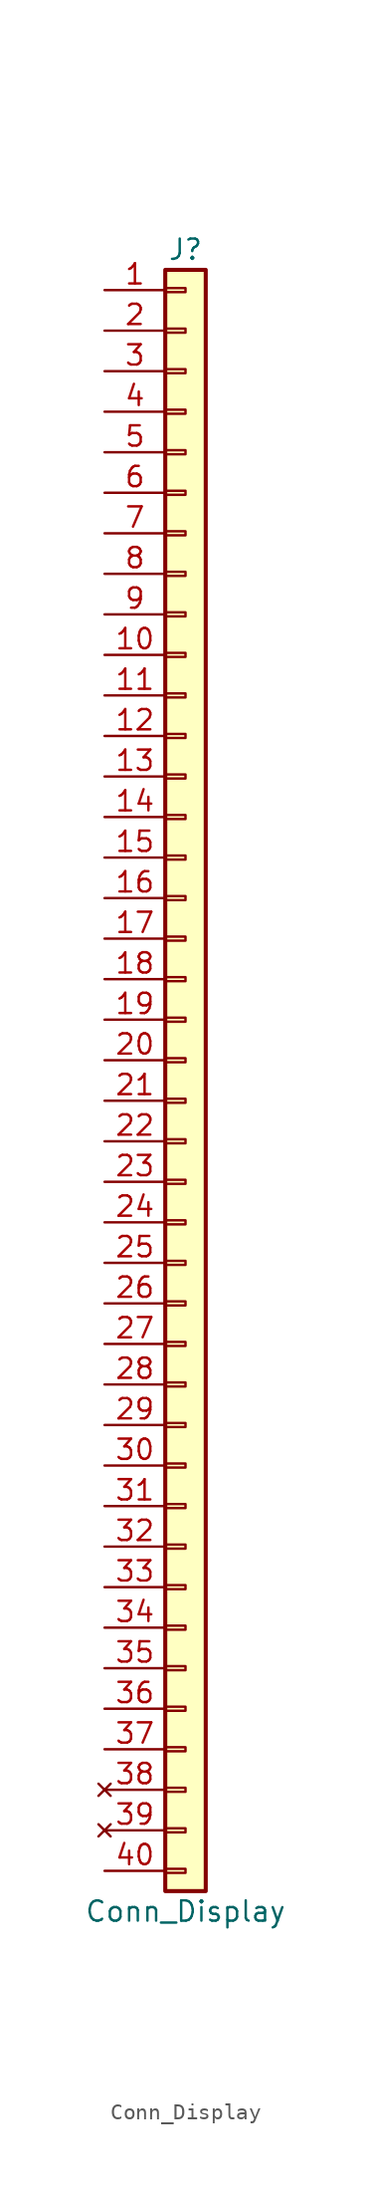
<source format=kicad_sym>
(kicad_symbol_lib
  (version 20211014)
  (generator kicad_symbol_editor)
  (symbol "Conn_Display"
    (pin_names
      (offset 1.016) hide)
    (property "Reference" "J"
      (at 0 50.8 0)
      (effects (font (size 1.27 1.27))))
    (property "Value" "Conn_Display"
      (at 0 -53.34 0)
      (effects (font (size 1.27 1.27))))
    (symbol "Conn_Display_1_1"
      (rectangle (start -1.27 -50.673) (end 0 -50.927) (stroke (width 0.152) (type default) (color 0 0 0 0)) (fill (type none)))
      (rectangle (start -1.27 -48.133) (end 0 -48.387) (stroke (width 0.152) (type default) (color 0 0 0 0)) (fill (type none)))
      (rectangle (start -1.27 -45.593) (end 0 -45.847) (stroke (width 0.152) (type default) (color 0 0 0 0)) (fill (type none)))
      (rectangle (start -1.27 -43.053) (end 0 -43.307) (stroke (width 0.152) (type default) (color 0 0 0 0)) (fill (type none)))
      (rectangle (start -1.27 -40.513) (end 0 -40.767) (stroke (width 0.152) (type default) (color 0 0 0 0)) (fill (type none)))
      (rectangle (start -1.27 -37.973) (end 0 -38.227) (stroke (width 0.152) (type default) (color 0 0 0 0)) (fill (type none)))
      (rectangle (start -1.27 -35.433) (end 0 -35.687) (stroke (width 0.152) (type default) (color 0 0 0 0)) (fill (type none)))
      (rectangle (start -1.27 -32.893) (end 0 -33.147) (stroke (width 0.152) (type default) (color 0 0 0 0)) (fill (type none)))
      (rectangle (start -1.27 -30.353) (end 0 -30.607) (stroke (width 0.152) (type default) (color 0 0 0 0)) (fill (type none)))
      (rectangle (start -1.27 -27.813) (end 0 -28.067) (stroke (width 0.152) (type default) (color 0 0 0 0)) (fill (type none)))
      (rectangle (start -1.27 -25.273) (end 0 -25.527) (stroke (width 0.152) (type default) (color 0 0 0 0)) (fill (type none)))
      (rectangle (start -1.27 -22.733) (end 0 -22.987) (stroke (width 0.152) (type default) (color 0 0 0 0)) (fill (type none)))
      (rectangle (start -1.27 -20.193) (end 0 -20.447) (stroke (width 0.152) (type default) (color 0 0 0 0)) (fill (type none)))
      (rectangle (start -1.27 -17.653) (end 0 -17.907) (stroke (width 0.152) (type default) (color 0 0 0 0)) (fill (type none)))
      (rectangle (start -1.27 -15.113) (end 0 -15.367) (stroke (width 0.152) (type default) (color 0 0 0 0)) (fill (type none)))
      (rectangle (start -1.27 -12.573) (end 0 -12.827) (stroke (width 0.152) (type default) (color 0 0 0 0)) (fill (type none)))
      (rectangle (start -1.27 -10.033) (end 0 -10.287) (stroke (width 0.152) (type default) (color 0 0 0 0)) (fill (type none)))
      (rectangle (start -1.27 -7.493) (end 0 -7.747) (stroke (width 0.152) (type default) (color 0 0 0 0)) (fill (type none)))
      (rectangle (start -1.27 -4.953) (end 0 -5.207) (stroke (width 0.152) (type default) (color 0 0 0 0)) (fill (type none)))
      (rectangle (start -1.27 -2.413) (end 0 -2.667) (stroke (width 0.152) (type default) (color 0 0 0 0)) (fill (type none)))
      (rectangle (start -1.27 0.127) (end 0 -0.127) (stroke (width 0.152) (type default) (color 0 0 0 0)) (fill (type none)))
      (rectangle (start -1.27 2.667) (end 0 2.413) (stroke (width 0.152) (type default) (color 0 0 0 0)) (fill (type none)))
      (rectangle (start -1.27 5.207) (end 0 4.953) (stroke (width 0.152) (type default) (color 0 0 0 0)) (fill (type none)))
      (rectangle (start -1.27 7.747) (end 0 7.493) (stroke (width 0.152) (type default) (color 0 0 0 0)) (fill (type none)))
      (rectangle (start -1.27 10.287) (end 0 10.033) (stroke (width 0.152) (type default) (color 0 0 0 0)) (fill (type none)))
      (rectangle (start -1.27 12.827) (end 0 12.573) (stroke (width 0.152) (type default) (color 0 0 0 0)) (fill (type none)))
      (rectangle (start -1.27 15.367) (end 0 15.113) (stroke (width 0.152) (type default) (color 0 0 0 0)) (fill (type none)))
      (rectangle (start -1.27 17.907) (end 0 17.653) (stroke (width 0.152) (type default) (color 0 0 0 0)) (fill (type none)))
      (rectangle (start -1.27 20.447) (end 0 20.193) (stroke (width 0.152) (type default) (color 0 0 0 0)) (fill (type none)))
      (rectangle (start -1.27 22.987) (end 0 22.733) (stroke (width 0.152) (type default) (color 0 0 0 0)) (fill (type none)))
      (rectangle (start -1.27 25.527) (end 0 25.273) (stroke (width 0.152) (type default) (color 0 0 0 0)) (fill (type none)))
      (rectangle (start -1.27 28.067) (end 0 27.813) (stroke (width 0.152) (type default) (color 0 0 0 0)) (fill (type none)))
      (rectangle (start -1.27 30.607) (end 0 30.353) (stroke (width 0.152) (type default) (color 0 0 0 0)) (fill (type none)))
      (rectangle (start -1.27 33.147) (end 0 32.893) (stroke (width 0.152) (type default) (color 0 0 0 0)) (fill (type none)))
      (rectangle (start -1.27 35.687) (end 0 35.433) (stroke (width 0.152) (type default) (color 0 0 0 0)) (fill (type none)))
      (rectangle (start -1.27 38.227) (end 0 37.973) (stroke (width 0.152) (type default) (color 0 0 0 0)) (fill (type none)))
      (rectangle (start -1.27 40.767) (end 0 40.513) (stroke (width 0.152) (type default) (color 0 0 0 0)) (fill (type none)))
      (rectangle (start -1.27 43.307) (end 0 43.053) (stroke (width 0.152) (type default) (color 0 0 0 0)) (fill (type none)))
      (rectangle (start -1.27 45.847) (end 0 45.593) (stroke (width 0.152) (type default) (color 0 0 0 0)) (fill (type none)))
      (rectangle (start -1.27 48.387) (end 0 48.133) (stroke (width 0.152) (type default) (color 0 0 0 0)) (fill (type none)))
      (rectangle (start -1.27 49.53) (end 1.27 -52.07) (stroke (width 0.254) (type default) (color 0 0 0 0)) (fill (type background)))
      (pin passive line (at -5.08 48.26 0) (length 3.81) (name "GND" (effects (font (size 1.27 1.27)))) (number "1" (effects (font (size 1.27 1.27)))))
      (pin power_in line (at -5.08 25.4 0) (length 3.81) (name "RD" (effects (font (size 1.27 1.27)))) (number "10" (effects (font (size 1.27 1.27)))))
      (pin input line (at -5.08 22.86 0) (length 3.81) (name "WR(D/C)" (effects (font (size 1.27 1.27)))) (number "11" (effects (font (size 1.27 1.27)))))
      (pin power_in line (at -5.08 20.32 0) (length 3.81) (name "VCC" (effects (font (size 1.27 1.27)))) (number "12" (effects (font (size 1.27 1.27)))))
      (pin output line (at -5.08 17.78 0) (length 3.81) (name "SDO" (effects (font (size 1.27 1.27)))) (number "13" (effects (font (size 1.27 1.27)))))
      (pin passive line (at -5.08 15.24 0) (length 3.81) (name "GND" (effects (font (size 1.27 1.27)))) (number "14" (effects (font (size 1.27 1.27)))))
      (pin passive line (at -5.08 12.7 0) (length 3.81) (name "DB15" (effects (font (size 1.27 1.27)))) (number "15" (effects (font (size 1.27 1.27)))))
      (pin passive line (at -5.08 10.16 0) (length 3.81) (name "DB14" (effects (font (size 1.27 1.27)))) (number "16" (effects (font (size 1.27 1.27)))))
      (pin passive line (at -5.08 7.62 0) (length 3.81) (name "DB13" (effects (font (size 1.27 1.27)))) (number "17" (effects (font (size 1.27 1.27)))))
      (pin passive line (at -5.08 5.08 0) (length 3.81) (name "DB12" (effects (font (size 1.27 1.27)))) (number "18" (effects (font (size 1.27 1.27)))))
      (pin passive line (at -5.08 2.54 0) (length 3.81) (name "DB11" (effects (font (size 1.27 1.27)))) (number "19" (effects (font (size 1.27 1.27)))))
      (pin input line (at -5.08 45.72 0) (length 3.81) (name "SDI(SDA)" (effects (font (size 1.27 1.27)))) (number "2" (effects (font (size 1.27 1.27)))))
      (pin passive line (at -5.08 0 0) (length 3.81) (name "DB10" (effects (font (size 1.27 1.27)))) (number "20" (effects (font (size 1.27 1.27)))))
      (pin passive line (at -5.08 -2.54 0) (length 3.81) (name "DB9" (effects (font (size 1.27 1.27)))) (number "21" (effects (font (size 1.27 1.27)))))
      (pin passive line (at -5.08 -5.08 0) (length 3.81) (name "DB8" (effects (font (size 1.27 1.27)))) (number "22" (effects (font (size 1.27 1.27)))))
      (pin passive line (at -5.08 -7.62 0) (length 3.81) (name "DB7" (effects (font (size 1.27 1.27)))) (number "23" (effects (font (size 1.27 1.27)))))
      (pin passive line (at -5.08 -10.16 0) (length 3.81) (name "DB6" (effects (font (size 1.27 1.27)))) (number "24" (effects (font (size 1.27 1.27)))))
      (pin passive line (at -5.08 -12.7 0) (length 3.81) (name "DB0" (effects (font (size 1.27 1.27)))) (number "25" (effects (font (size 1.27 1.27)))))
      (pin passive line (at -5.08 -15.24 0) (length 3.81) (name "DB1" (effects (font (size 1.27 1.27)))) (number "26" (effects (font (size 1.27 1.27)))))
      (pin passive line (at -5.08 -17.78 0) (length 3.81) (name "DB2" (effects (font (size 1.27 1.27)))) (number "27" (effects (font (size 1.27 1.27)))))
      (pin passive line (at -5.08 -20.32 0) (length 3.81) (name "DB3" (effects (font (size 1.27 1.27)))) (number "28" (effects (font (size 1.27 1.27)))))
      (pin passive line (at -5.08 -22.86 0) (length 3.81) (name "DB4" (effects (font (size 1.27 1.27)))) (number "29" (effects (font (size 1.27 1.27)))))
      (pin power_in line (at -5.08 43.18 0) (length 3.81) (name "IMO" (effects (font (size 1.27 1.27)))) (number "3" (effects (font (size 1.27 1.27)))))
      (pin passive line (at -5.08 -25.4 0) (length 3.81) (name "DB5" (effects (font (size 1.27 1.27)))) (number "30" (effects (font (size 1.27 1.27)))))
      (pin input line (at -5.08 -27.94 0) (length 3.81) (name "CTP-RST" (effects (font (size 1.27 1.27)))) (number "31" (effects (font (size 1.27 1.27)))))
      (pin input line (at -5.08 -30.48 0) (length 3.81) (name "CTP-SDA" (effects (font (size 1.27 1.27)))) (number "32" (effects (font (size 1.27 1.27)))))
      (pin passive line (at -5.08 -33.02 0) (length 3.81) (name "LEDA" (effects (font (size 1.27 1.27)))) (number "33" (effects (font (size 1.27 1.27)))))
      (pin passive line (at -5.08 -35.56 0) (length 3.81) (name "LEDK1" (effects (font (size 1.27 1.27)))) (number "34" (effects (font (size 1.27 1.27)))))
      (pin passive line (at -5.08 -38.1 0) (length 3.81) (name "LEDK2" (effects (font (size 1.27 1.27)))) (number "35" (effects (font (size 1.27 1.27)))))
      (pin passive line (at -5.08 -40.64 0) (length 3.81) (name "LEDK3" (effects (font (size 1.27 1.27)))) (number "36" (effects (font (size 1.27 1.27)))))
      (pin passive line (at -5.08 -43.18 0) (length 3.81) (name "LEDK4" (effects (font (size 1.27 1.27)))) (number "37" (effects (font (size 1.27 1.27)))))
      (pin no_connect line (at -5.08 -45.72 0) (length 3.81) (name "NC" (effects (font (size 1.27 1.27)))) (number "38" (effects (font (size 1.27 1.27)))))
      (pin no_connect line (at -5.08 -48.26 0) (length 3.81) (name "NC" (effects (font (size 1.27 1.27)))) (number "39" (effects (font (size 1.27 1.27)))))
      (pin output line (at -5.08 40.64 0) (length 3.81) (name "FRMARK" (effects (font (size 1.27 1.27)))) (number "4" (effects (font (size 1.27 1.27)))))
      (pin passive line (at -5.08 -50.8 0) (length 3.81) (name "GND" (effects (font (size 1.27 1.27)))) (number "40" (effects (font (size 1.27 1.27)))))
      (pin passive line (at -5.08 38.1 0) (length 3.81) (name "CTP-INT" (effects (font (size 1.27 1.27)))) (number "5" (effects (font (size 1.27 1.27)))))
      (pin passive line (at -5.08 35.56 0) (length 3.81) (name "CTL-SCL" (effects (font (size 1.27 1.27)))) (number "6" (effects (font (size 1.27 1.27)))))
      (pin input line (at -5.08 33.02 0) (length 3.81) (name "RESET" (effects (font (size 1.27 1.27)))) (number "7" (effects (font (size 1.27 1.27)))))
      (pin input line (at -5.08 30.48 0) (length 3.81) (name "RS(SCL)" (effects (font (size 1.27 1.27)))) (number "8" (effects (font (size 1.27 1.27)))))
      (pin input line (at -5.08 27.94 0) (length 3.81) (name "CS" (effects (font (size 1.27 1.27)))) (number "9" (effects (font (size 1.27 1.27))))))))
</source>
